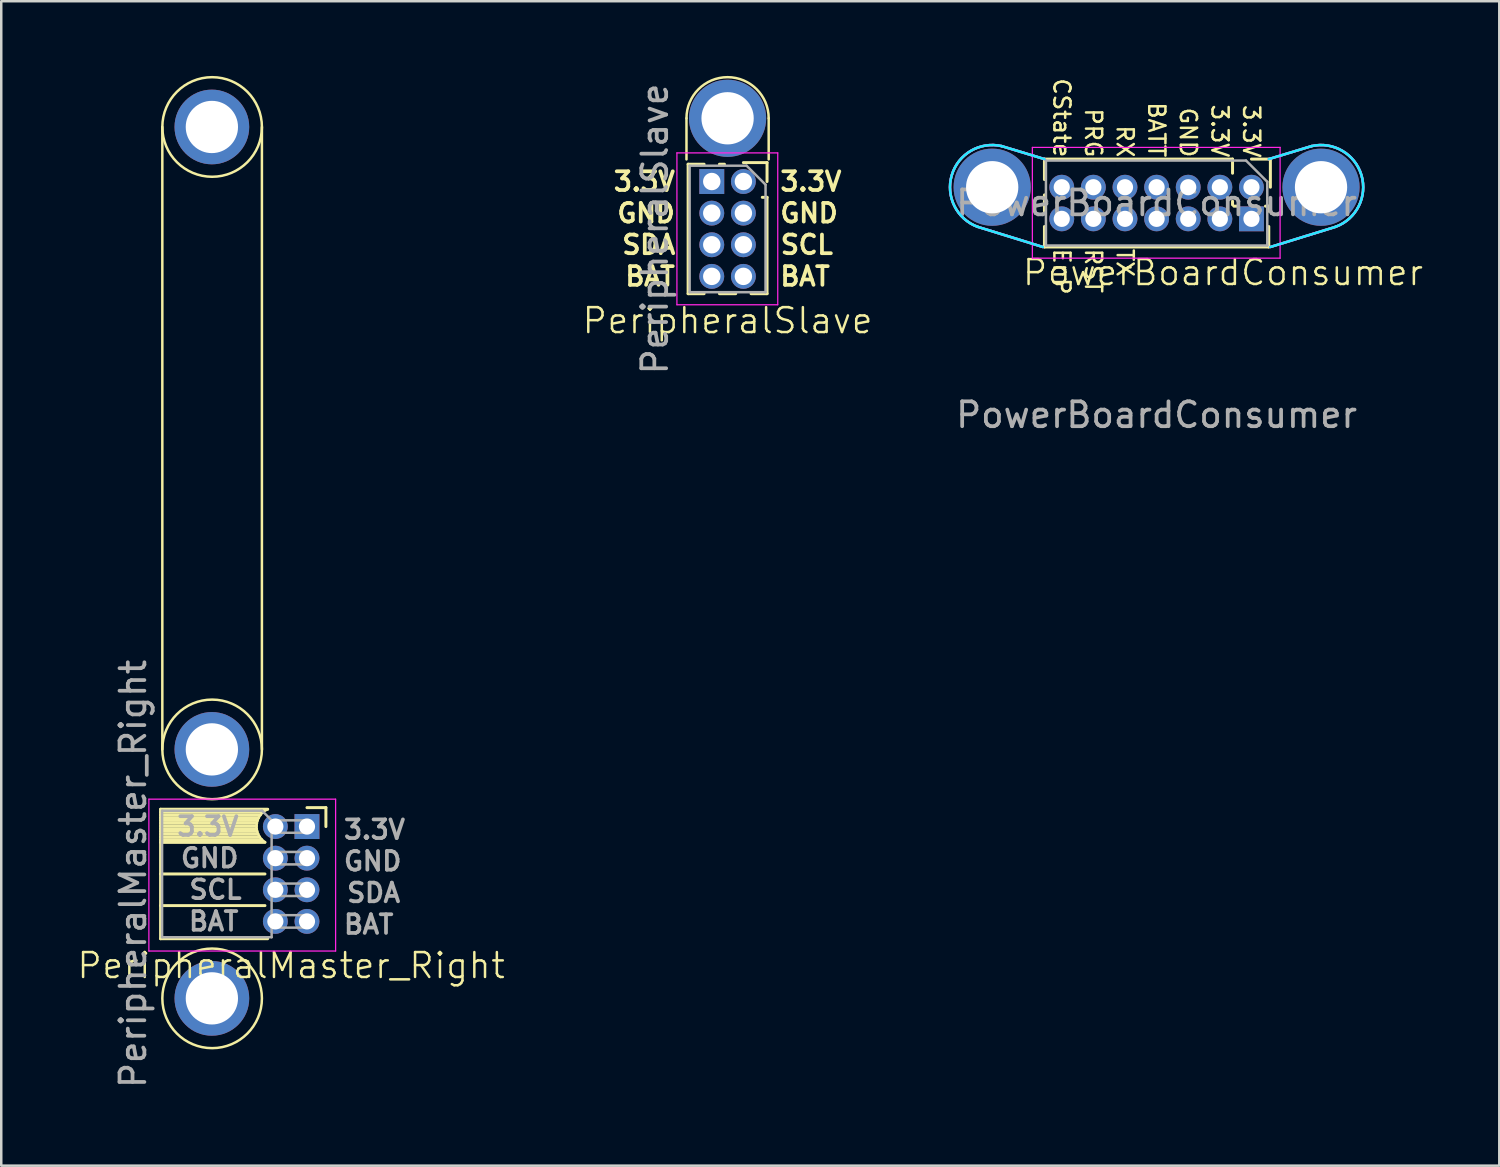
<source format=kicad_pcb>
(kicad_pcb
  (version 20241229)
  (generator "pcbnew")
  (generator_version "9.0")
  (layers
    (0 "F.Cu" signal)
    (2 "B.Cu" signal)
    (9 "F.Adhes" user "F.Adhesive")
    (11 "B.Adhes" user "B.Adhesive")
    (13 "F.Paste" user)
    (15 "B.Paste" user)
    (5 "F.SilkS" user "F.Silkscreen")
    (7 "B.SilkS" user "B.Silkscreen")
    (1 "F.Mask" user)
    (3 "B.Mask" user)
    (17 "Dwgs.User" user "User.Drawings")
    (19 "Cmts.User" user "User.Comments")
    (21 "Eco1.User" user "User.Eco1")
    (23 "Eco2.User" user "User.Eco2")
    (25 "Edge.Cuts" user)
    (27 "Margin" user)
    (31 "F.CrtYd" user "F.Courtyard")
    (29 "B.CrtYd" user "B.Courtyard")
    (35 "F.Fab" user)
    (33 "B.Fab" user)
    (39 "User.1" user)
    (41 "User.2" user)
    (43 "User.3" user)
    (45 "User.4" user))
  (footprint "PeripheralMaster_Right"
    (layer "F.Cu")
    (at 8.57 32.05)
    (property "Reference" "PeripheralMaster_Right" (at 0.075 3.683 0) (unlocked yes) (layer "F.SilkS") (effects (font (size 1 1) (thickness 0.1))))
    (attr through_hole)
    (fp_line (start -5.17 -2.596) (end -5.17 2.604) (stroke (width 0.12) (type solid)) (layer "F.SilkS"))
    (fp_line (start -5.17 -2.596) (end -0.868 -2.596) (stroke (width 0.12) (type solid)) (layer "F.SilkS"))
    (fp_line (start -5.17 -2.476) (end -1.057 -2.476) (stroke (width 0.12) (type solid)) (layer "F.SilkS"))
    (fp_line (start -5.17 -2.366) (end -1.161 -2.366) (stroke (width 0.12) (type solid)) (layer "F.SilkS"))
    (fp_line (start -5.17 -2.256) (end -1.232 -2.256) (stroke (width 0.12) (type solid)) (layer "F.SilkS"))
    (fp_line (start -5.17 -2.146) (end -1.279 -2.146) (stroke (width 0.12) (type solid)) (layer "F.SilkS"))
    (fp_line (start -5.17 -2.036) (end -1.308 -2.036) (stroke (width 0.12) (type solid)) (layer "F.SilkS"))
    (fp_line (start -5.17 -1.926) (end -1.32 -1.926) (stroke (width 0.12) (type solid)) (layer "F.SilkS"))
    (fp_line (start -5.17 -1.816) (end -1.315 -1.816) (stroke (width 0.12) (type solid)) (layer "F.SilkS"))
    (fp_line (start -5.17 -1.706) (end -1.295 -1.706) (stroke (width 0.12) (type solid)) (layer "F.SilkS"))
    (fp_line (start -5.17 -1.596) (end -1.256 -1.596) (stroke (width 0.12) (type solid)) (layer "F.SilkS"))
    (fp_line (start -5.17 -1.486) (end -1.197 -1.486) (stroke (width 0.12) (type solid)) (layer "F.SilkS"))
    (fp_line (start -5.17 -1.376) (end -1.11 -1.376) (stroke (width 0.12) (type solid)) (layer "F.SilkS"))
    (fp_line (start -5.17 -1.266) (end -0.978 -1.266) (stroke (width 0.12) (type solid)) (layer "F.SilkS"))
    (fp_line (start -5.17 0.004) (end -0.978 0.004) (stroke (width 0.12) (type solid)) (layer "F.SilkS"))
    (fp_line (start -5.17 1.274) (end -0.978 1.274) (stroke (width 0.12) (type solid)) (layer "F.SilkS"))
    (fp_line (start -5.17 2.604) (end -0.868 2.604) (stroke (width 0.12) (type solid)) (layer "F.SilkS"))
    (fp_line (start -5.1 -5) (end -5.1 -30) (stroke (width 0.1) (type default)) (layer "F.SilkS"))
    (fp_line (start -1.1 -30) (end -1.1 -5) (stroke (width 0.1) (type default)) (layer "F.SilkS"))
    (fp_line (start 0.71 -2.661) (end 1.47 -2.661) (stroke (width 0.12) (type solid)) (layer "F.SilkS"))
    (fp_line (start 1.47 -2.661) (end 1.47 -1.901) (stroke (width 0.12) (type solid)) (layer "F.SilkS"))
    (fp_arc (start -0.973752 -1.271861) (mid -1.313922 -1.965479) (end -0.86753 -2.595999) (stroke (width 0.1) (type default)) (layer "F.SilkS"))
    (fp_circle (center -3.1 -30) (end -5.1 -30) (stroke (width 0.1) (type default)) (fill no) (layer "F.SilkS"))
    (fp_circle (center -3.1 -5) (end -5.1 -5) (stroke (width 0.1) (type default)) (fill no) (layer "F.SilkS"))
    (fp_circle (center -3.1 5) (end -5.1 5) (stroke (width 0.1) (type default)) (fill no) (layer "F.SilkS"))
    (fp_line (start -5.64 -3.001) (end -5.64 3.099) (stroke (width 0.05) (type solid)) (layer "F.CrtYd"))
    (fp_line (start -5.64 3.099) (end 1.86 3.099) (stroke (width 0.05) (type solid)) (layer "F.CrtYd"))
    (fp_line (start 1.86 -3.001) (end -5.64 -3.001) (stroke (width 0.05) (type solid)) (layer "F.CrtYd"))
    (fp_line (start 1.86 3.099) (end 1.86 -3.001) (stroke (width 0.05) (type solid)) (layer "F.CrtYd"))
    (fp_line (start -5.11 -2.536) (end -1.095 -2.536) (stroke (width 0.1) (type solid)) (layer "F.Fab"))
    (fp_line (start -5.11 2.544) (end -5.11 -2.536) (stroke (width 0.1) (type solid)) (layer "F.Fab"))
    (fp_line (start -1.095 -2.536) (end -0.71 -2.151) (stroke (width 0.1) (type solid)) (layer "F.Fab"))
    (fp_line (start -0.71 -2.151) (end -0.71 2.544) (stroke (width 0.1) (type solid)) (layer "F.Fab"))
    (fp_line (start -0.71 -1.651) (end 0.71 -1.651) (stroke (width 0.1) (type solid)) (layer "F.Fab"))
    (fp_line (start -0.71 -0.381) (end 0.71 -0.381) (stroke (width 0.1) (type solid)) (layer "F.Fab"))
    (fp_line (start -0.71 0.889) (end 0.71 0.889) (stroke (width 0.1) (type solid)) (layer "F.Fab"))
    (fp_line (start -0.71 2.159) (end 0.71 2.159) (stroke (width 0.1) (type solid)) (layer "F.Fab"))
    (fp_line (start -0.71 2.544) (end -5.11 2.544) (stroke (width 0.1) (type solid)) (layer "F.Fab"))
    (fp_line (start 0.71 -2.151) (end -0.71 -2.151) (stroke (width 0.1) (type solid)) (layer "F.Fab"))
    (fp_line (start 0.71 -1.651) (end 0.71 -2.151) (stroke (width 0.1) (type solid)) (layer "F.Fab"))
    (fp_line (start 0.71 -0.881) (end -0.71 -0.881) (stroke (width 0.1) (type solid)) (layer "F.Fab"))
    (fp_line (start 0.71 -0.381) (end 0.71 -0.881) (stroke (width 0.1) (type solid)) (layer "F.Fab"))
    (fp_line (start 0.71 0.389) (end -0.71 0.389) (stroke (width 0.1) (type solid)) (layer "F.Fab"))
    (fp_line (start 0.71 0.889) (end 0.71 0.389) (stroke (width 0.1) (type solid)) (layer "F.Fab"))
    (fp_line (start 0.71 1.659) (end -0.71 1.659) (stroke (width 0.1) (type solid)) (layer "F.Fab"))
    (fp_line (start 0.71 2.159) (end 0.71 1.659) (stroke (width 0.1) (type solid)) (layer "F.Fab"))
    (fp_text user "GND" (at -1.957 -0.635 0) (unlocked yes) (layer "F.Fab") (effects (font (size 0.75 0.75) (thickness 0.15) (bold yes)) (justify right)))
    (fp_text user "SDA" (at 2.234 0.762 0) (unlocked yes) (layer "F.Fab") (effects (font (size 0.75 0.75) (thickness 0.15) (bold yes)) (justify left)))
    (fp_text user "3.3V" (at 2.107 -1.778 0) (unlocked yes) (layer "F.Fab") (effects (font (size 0.75 0.75) (thickness 0.15) (bold yes)) (justify left)))
    (fp_text user "SCL" (at -1.83 0.635 0) (unlocked yes) (layer "F.Fab") (effects (font (size 0.75 0.75) (thickness 0.15) (bold yes)) (justify right)))
    (fp_text user "GND" (at 2.107 -0.508 0) (unlocked yes) (layer "F.Fab") (effects (font (size 0.75 0.75) (thickness 0.15) (bold yes)) (justify left)))
    (fp_text user "BAT" (at -1.957 1.905 0) (unlocked yes) (layer "F.Fab") (effects (font (size 0.75 0.75) (thickness 0.15) (bold yes)) (justify right)))
    (fp_text user "BAT" (at 2.107 2.032 0) (unlocked yes) (layer "F.Fab") (effects (font (size 0.75 0.75) (thickness 0.15) (bold yes)) (justify left)))
    (fp_text user "3.3V" (at -1.957 -1.905 0) (unlocked yes) (layer "F.Fab") (effects (font (size 0.75 0.75) (thickness 0.15) (bold yes)) (justify right)))
    (fp_text user "${REFERENCE}" (at -6.275 0 90) (layer "F.Fab") (effects (font (size 1 1) (thickness 0.15))))
    (pad "1" thru_hole rect (at 0.71 -1.901) (size 1 1) (drill 0.65) (layers "*.Cu" "*.Mask"))
    (pad "2" thru_hole oval (at -0.56 -1.901) (size 1 1) (drill 0.65) (layers "*.Cu" "*.Mask"))
    (pad "3" thru_hole oval (at 0.71 -0.631) (size 1 1) (drill 0.65) (layers "*.Cu" "*.Mask"))
    (pad "4" thru_hole oval (at -0.56 -0.631) (size 1 1) (drill 0.65) (layers "*.Cu" "*.Mask"))
    (pad "5" thru_hole oval (at 0.71 0.639) (size 1 1) (drill 0.65) (layers "*.Cu" "*.Mask"))
    (pad "6" thru_hole oval (at -0.56 0.639) (size 1 1) (drill 0.65) (layers "*.Cu" "*.Mask"))
    (pad "7" thru_hole oval (at 0.71 1.909) (size 1 1) (drill 0.65) (layers "*.Cu" "*.Mask"))
    (pad "8" thru_hole oval (at -0.56 1.909) (size 1 1) (drill 0.65) (layers "*.Cu" "*.Mask"))
    (pad "9" thru_hole circle (at -3.11 -30) (size 3 3) (drill 2.1) (layers "*.Cu" "*.Mask"))
    (pad "9" thru_hole circle (at -3.11 -5) (size 3 3) (drill 2.1) (layers "*.Cu" "*.Mask"))
    (pad "9" thru_hole circle (at -3.11 5) (size 3 3) (drill 2.1) (layers "*.Cu" "*.Mask")))
  (footprint "PeripheralSlave"
    (layer "F.Cu")
    (at 26.174 6.146)
    (property "Reference" "PeripheralSlave" (at 0 3.683 0) (unlocked yes) (layer "F.SilkS") (effects (font (size 1 1) (thickness 0.1))))
    (attr through_hole)
    (fp_line (start -1.651 -4.445) (end -1.651 -2.794) (stroke (width 0.1) (type default)) (layer "F.SilkS"))
    (fp_line (start -1.585 -2.6) (end -1.585 2.6) (stroke (width 0.12) (type solid)) (layer "F.SilkS"))
    (fp_line (start -1.585 -2.6) (end -0.943 -2.6) (stroke (width 0.12) (type solid)) (layer "F.SilkS"))
    (fp_line (start -1.585 2.6) (end -0.943 2.6) (stroke (width 0.12) (type solid)) (layer "F.SilkS"))
    (fp_line (start -0.327 -2.6) (end -0.125 -2.6) (stroke (width 0.12) (type solid)) (layer "F.SilkS"))
    (fp_line (start -0.327 2.6) (end 0.327 2.6) (stroke (width 0.12) (type solid)) (layer "F.SilkS"))
    (fp_line (start 0.635 -2.665) (end 1.585 -2.665) (stroke (width 0.12) (type solid)) (layer "F.SilkS"))
    (fp_line (start 0.943 2.6) (end 1.585 2.6) (stroke (width 0.12) (type solid)) (layer "F.SilkS"))
    (fp_line (start 1.395 -1.27) (end 1.585 -1.27) (stroke (width 0.12) (type solid)) (layer "F.SilkS"))
    (fp_line (start 1.585 -2.665) (end 1.585 -1.905) (stroke (width 0.12) (type solid)) (layer "F.SilkS"))
    (fp_line (start 1.585 -1.27) (end 1.585 2.6) (stroke (width 0.12) (type solid)) (layer "F.SilkS"))
    (fp_line (start 1.651 -4.445) (end 1.651 -2.794) (stroke (width 0.1) (type default)) (layer "F.SilkS"))
    (fp_arc (start -1.651 -4.445) (mid 0 -6.096) (end 1.651 -4.445) (stroke (width 0.1) (type default)) (layer "F.SilkS"))
    (fp_line (start -2.035 -3.055) (end 2.015 -3.055) (stroke (width 0.05) (type solid)) (layer "F.CrtYd"))
    (fp_line (start -2.035 3.045) (end -2.035 -3.055) (stroke (width 0.05) (type solid)) (layer "F.CrtYd"))
    (fp_line (start 2.015 -3.055) (end 2.015 3.045) (stroke (width 0.05) (type solid)) (layer "F.CrtYd"))
    (fp_line (start 2.015 3.045) (end -2.035 3.045) (stroke (width 0.05) (type solid)) (layer "F.CrtYd"))
    (fp_line (start -1.525 -2.54) (end 0.762 -2.54) (stroke (width 0.1) (type solid)) (layer "F.Fab"))
    (fp_line (start -1.525 2.54) (end -1.525 -2.54) (stroke (width 0.1) (type solid)) (layer "F.Fab"))
    (fp_line (start 0.762 -2.54) (end 1.525 -1.778) (stroke (width 0.1) (type solid)) (layer "F.Fab"))
    (fp_line (start 1.525 -1.778) (end 1.525 2.54) (stroke (width 0.1) (type solid)) (layer "F.Fab"))
    (fp_line (start 1.525 2.54) (end -1.525 2.54) (stroke (width 0.1) (type solid)) (layer "F.Fab"))
    (fp_text user "GND" (at -2.032 -0.635 0) (unlocked yes) (layer "F.SilkS") (effects (font (size 0.75 0.75) (thickness 0.15) (bold yes)) (justify right)))
    (fp_text user "BAT" (at 2.032 1.905 0) (unlocked yes) (layer "F.SilkS") (effects (font (size 0.75 0.75) (thickness 0.15) (bold yes)) (justify left)))
    (fp_text user "SCL" (at 4.318 0.635 0) (unlocked yes) (layer "F.SilkS") (effects (font (size 0.75 0.75) (thickness 0.15) (bold yes)) (justify right)))
    (fp_text user "SDA" (at -4.318 0.635 0) (unlocked yes) (layer "F.SilkS") (effects (font (size 0.75 0.75) (thickness 0.15) (bold yes)) (justify left)))
    (fp_text user "BAT" (at -2.032 1.905 0) (unlocked yes) (layer "F.SilkS") (effects (font (size 0.75 0.75) (thickness 0.15) (bold yes)) (justify right)))
    (fp_text user "3.3V" (at 2.032 -1.905 0) (unlocked yes) (layer "F.SilkS") (effects (font (size 0.75 0.75) (thickness 0.15) (bold yes)) (justify left)))
    (fp_text user "3.3V" (at -2.032 -1.905 0) (unlocked yes) (layer "F.SilkS") (effects (font (size 0.75 0.75) (thickness 0.15) (bold yes)) (justify right)))
    (fp_text user "GND" (at 2.032 -0.635 0) (unlocked yes) (layer "F.SilkS") (effects (font (size 0.75 0.75) (thickness 0.15) (bold yes)) (justify left)))
    (fp_text user "${REFERENCE}" (at -2.921 0 90) (layer "F.Fab") (effects (font (size 1 1) (thickness 0.15))))
    (pad "1" thru_hole rect (at -0.635 -1.905) (size 1 1) (drill 0.7) (layers "*.Cu" "*.Mask"))
    (pad "2" thru_hole oval (at 0.635 -1.905) (size 1 1) (drill 0.7) (layers "*.Cu" "*.Mask"))
    (pad "3" thru_hole oval (at -0.635 -0.635) (size 1 1) (drill 0.7) (layers "*.Cu" "*.Mask"))
    (pad "4" thru_hole oval (at 0.635 -0.635) (size 1 1) (drill 0.7) (layers "*.Cu" "*.Mask"))
    (pad "5" thru_hole oval (at -0.635 0.635) (size 1 1) (drill 0.7) (layers "*.Cu" "*.Mask"))
    (pad "6" thru_hole oval (at 0.635 0.635) (size 1 1) (drill 0.7) (layers "*.Cu" "*.Mask"))
    (pad "7" thru_hole oval (at -0.635 1.905) (size 1 1) (drill 0.7) (layers "*.Cu" "*.Mask"))
    (pad "8" thru_hole oval (at 0.635 1.905) (size 1 1) (drill 0.7) (layers "*.Cu" "*.Mask"))
    (pad "9" thru_hole circle (at 0 -4.445) (size 3.1 3.1) (drill 2.1) (layers "*.Cu" "*.Mask")))
  (footprint "PowerBoardConsumer"
    (layer "F.Cu")
    (at 43.406 5.105)
    (property "Reference" "PowerBoardConsumer" (at 2.667 2.794 0) (unlocked yes) (layer "F.SilkS") (effects (font (size 1 1) (thickness 0.1))))
    (attr through_hole)
    (fp_line (start -6.223 -2.286) (end -4.505 -1.765) (stroke (width 0.1) (type default)) (layer "F.SilkS"))
    (fp_line (start -4.57 1.765) (end -7.19 0.955) (stroke (width 0.1) (type default)) (layer "F.SilkS"))
    (fp_line (start -4.505 -1.765) (end -4.505 -0.943) (stroke (width 0.12) (type solid)) (layer "F.SilkS"))
    (fp_line (start -4.505 -0.327) (end -4.505 0.327) (stroke (width 0.12) (type solid)) (layer "F.SilkS"))
    (fp_line (start -4.505 0.943) (end -4.505 1.765) (stroke (width 0.12) (type solid)) (layer "F.SilkS"))
    (fp_line (start 3.05 -1.765) (end -4.505 -1.765) (stroke (width 0.12) (type solid)) (layer "F.SilkS"))
    (fp_line (start 3.05 -1.765) (end 3.05 -1.198) (stroke (width 0.12) (type solid)) (layer "F.SilkS"))
    (fp_line (start 3.05 -0.072) (end 3.05 0.072) (stroke (width 0.12) (type solid)) (layer "F.SilkS"))
    (fp_line (start 3.103 0.125) (end 3.247 0.125) (stroke (width 0.12) (type solid)) (layer "F.SilkS"))
    (fp_line (start 3.81 -1.765) (end 4.57 -1.765) (stroke (width 0.12) (type solid)) (layer "F.SilkS"))
    (fp_line (start 4.373 0.125) (end 4.505 0.125) (stroke (width 0.12) (type solid)) (layer "F.SilkS"))
    (fp_line (start 4.505 0.125) (end 4.505 0.327) (stroke (width 0.12) (type solid)) (layer "F.SilkS"))
    (fp_line (start 4.505 0.943) (end 4.505 1.765) (stroke (width 0.12) (type solid)) (layer "F.SilkS"))
    (fp_line (start 4.505 1.765) (end -4.505 1.765) (stroke (width 0.12) (type solid)) (layer "F.SilkS"))
    (fp_line (start 4.57 -1.765) (end 4.57 -0.635) (stroke (width 0.12) (type solid)) (layer "F.SilkS"))
    (fp_line (start 4.57 1.765) (end 7.19 0.955) (stroke (width 0.1) (type default)) (layer "F.SilkS"))
    (fp_line (start 6.223 -2.286) (end 4.505 -1.765) (stroke (width 0.1) (type default)) (layer "F.SilkS"))
    (fp_arc (start -7.18976 0.95492) (mid -8.227691 -1.119344) (end -6.223 -2.286) (stroke (width 0.1) (type default)) (layer "F.SilkS"))
    (fp_arc (start 6.223 -2.286) (mid 8.227691 -1.119345) (end 7.18976 0.95492) (stroke (width 0.1) (type default)) (layer "F.SilkS"))
    (fp_line (start -6.223 -2.286) (end -4.505 -1.765) (stroke (width 0.1) (type default)) (layer "B.CrtYd"))
    (fp_line (start -4.57 1.765) (end -7.19 0.955) (stroke (width 0.1) (type default)) (layer "B.CrtYd"))
    (fp_line (start 4.57 1.765) (end 7.19 0.955) (stroke (width 0.1) (type default)) (layer "B.CrtYd"))
    (fp_line (start 6.223 -2.286) (end 4.505 -1.765) (stroke (width 0.1) (type default)) (layer "B.CrtYd"))
    (fp_arc (start -7.189758 0.954921) (mid -8.227691 -1.119344) (end -6.222998 -2.285999) (stroke (width 0.1) (type default)) (layer "B.CrtYd"))
    (fp_arc (start 6.222999 -2.285999) (mid 8.22769 -1.119344) (end 7.189759 0.954921) (stroke (width 0.1) (type default)) (layer "B.CrtYd"))
    (fp_line (start -6.223 -2.286) (end -4.505 -1.765) (stroke (width 0.1) (type default)) (layer "F.CrtYd"))
    (fp_line (start -4.99 -2.235) (end -4.99 2.215) (stroke (width 0.05) (type solid)) (layer "F.CrtYd"))
    (fp_line (start -4.99 2.215) (end 4.96 2.215) (stroke (width 0.05) (type solid)) (layer "F.CrtYd"))
    (fp_line (start -4.57 1.765) (end -7.19 0.955) (stroke (width 0.1) (type default)) (layer "F.CrtYd"))
    (fp_line (start 4.57 1.765) (end 7.19 0.955) (stroke (width 0.1) (type default)) (layer "F.CrtYd"))
    (fp_line (start 4.96 -2.235) (end -4.99 -2.235) (stroke (width 0.05) (type solid)) (layer "F.CrtYd"))
    (fp_line (start 4.96 2.215) (end 4.96 -2.235) (stroke (width 0.05) (type solid)) (layer "F.CrtYd"))
    (fp_line (start 6.223 -2.286) (end 4.505 -1.765) (stroke (width 0.1) (type default)) (layer "F.CrtYd"))
    (fp_arc (start -7.189759 0.954921) (mid -8.227691 -1.119344) (end -6.222999 -2.285999) (stroke (width 0.1) (type default)) (layer "F.CrtYd"))
    (fp_arc (start 6.222999 -2.285999) (mid 8.22769 -1.119344) (end 7.189759 0.954921) (stroke (width 0.1) (type default)) (layer "F.CrtYd"))
    (fp_line (start -4.445 -1.705) (end 3.592 -1.705) (stroke (width 0.1) (type solid)) (layer "F.Fab"))
    (fp_line (start -4.445 1.705) (end -4.445 -1.705) (stroke (width 0.1) (type solid)) (layer "F.Fab"))
    (fp_line (start 3.592 -1.705) (end 4.445 -0.853) (stroke (width 0.1) (type solid)) (layer "F.Fab"))
    (fp_line (start 4.445 -0.853) (end 4.445 1.705) (stroke (width 0.1) (type solid)) (layer "F.Fab"))
    (fp_line (start 4.445 1.705) (end -4.445 1.705) (stroke (width 0.1) (type solid)) (layer "F.Fab"))
    (fp_text user "GND" (at 1.27 -1.778 270) (unlocked yes) (layer "F.SilkS") (effects (font (size 0.65 0.65) (thickness 0.1)) (justify right)))
    (fp_text user "RX" (at -1.27 -1.778 270) (unlocked yes) (layer "F.SilkS") (effects (font (size 0.65 0.65) (thickness 0.1)) (justify right)))
    (fp_text user "RST" (at -2.54 1.778 270) (unlocked yes) (layer "F.SilkS") (effects (font (size 0.65 0.65) (thickness 0.1)) (justify left)))
    (fp_text user "CState" (at -3.81 -1.778 270) (unlocked yes) (layer "F.SilkS") (effects (font (size 0.65 0.65) (thickness 0.1)) (justify right)))
    (fp_text user "PRG" (at -2.54 -1.778 270) (unlocked yes) (layer "F.SilkS") (effects (font (size 0.65 0.65) (thickness 0.1)) (justify right)))
    (fp_text user "BATT" (at 0 -1.778 270) (unlocked yes) (layer "F.SilkS") (effects (font (size 0.65 0.65) (thickness 0.1)) (justify right)))
    (fp_text user "EnP" (at -3.81 1.778 270) (unlocked yes) (layer "F.SilkS") (effects (font (size 0.65 0.65) (thickness 0.1)) (justify left)))
    (fp_text user "3.3V" (at 3.81 -1.765 270) (unlocked yes) (layer "F.SilkS") (effects (font (size 0.65 0.65) (thickness 0.1)) (justify right)))
    (fp_text user "3.3V" (at 2.54 -1.778 270) (unlocked yes) (layer "F.SilkS") (effects (font (size 0.65 0.65) (thickness 0.1)) (justify right)))
    (fp_text user "TX" (at -1.27 1.778 270) (unlocked yes) (layer "F.SilkS") (effects (font (size 0.65 0.65) (thickness 0.1)) (justify left)))
    (fp_text user "${REFERENCE}" (at 0 0 180) (layer "F.Fab") (effects (font (size 1 1) (thickness 0.15))))
    (fp_text user "${REFERENCE}" (at 0 8.509 0) (unlocked yes) (layer "F.Fab") (effects (font (size 1 1) (thickness 0.15))))
    (pad "1" thru_hole rect (at 3.81 0.635 270) (size 1 1) (drill 0.65) (layers "*.Cu" "*.Mask"))
    (pad "2" thru_hole oval (at 3.81 -0.635 270) (size 1 1) (drill 0.65) (layers "*.Cu" "*.Mask"))
    (pad "3" thru_hole oval (at 2.54 0.635 270) (size 1 1) (drill 0.65) (layers "*.Cu" "*.Mask"))
    (pad "4" thru_hole oval (at 2.54 -0.635 270) (size 1 1) (drill 0.65) (layers "*.Cu" "*.Mask"))
    (pad "5" thru_hole oval (at 1.27 0.635 270) (size 1 1) (drill 0.65) (layers "*.Cu" "*.Mask"))
    (pad "6" thru_hole oval (at 1.27 -0.635 270) (size 1 1) (drill 0.65) (layers "*.Cu" "*.Mask"))
    (pad "7" thru_hole oval (at 0 0.635 270) (size 1 1) (drill 0.65) (layers "*.Cu" "*.Mask"))
    (pad "8" thru_hole oval (at 0 -0.635 270) (size 1 1) (drill 0.65) (layers "*.Cu" "*.Mask"))
    (pad "9" thru_hole oval (at -1.27 0.635 270) (size 1 1) (drill 0.65) (layers "*.Cu" "*.Mask"))
    (pad "10" thru_hole oval (at -1.27 -0.635 270) (size 1 1) (drill 0.65) (layers "*.Cu" "*.Mask"))
    (pad "11" thru_hole oval (at -2.54 0.635 270) (size 1 1) (drill 0.65) (layers "*.Cu" "*.Mask"))
    (pad "12" thru_hole oval (at -2.54 -0.635 270) (size 1 1) (drill 0.65) (layers "*.Cu" "*.Mask"))
    (pad "13" thru_hole oval (at -3.81 0.635 270) (size 1 1) (drill 0.65) (layers "*.Cu" "*.Mask"))
    (pad "14" thru_hole oval (at -3.81 -0.635 270) (size 1 1) (drill 0.65) (layers "*.Cu" "*.Mask"))
    (pad "15" thru_hole circle (at 6.604 -0.635 180) (size 3.1 3.1) (drill 2.1) (layers "*.Cu" "*.Mask"))
    (pad "16" thru_hole circle (at -6.604 -0.635 180) (size 3.1 3.1) (drill 2.1) (layers "*.Cu" "*.Mask")))
  (gr_rect
    (start -3 -3)
    (end 57.17 43.77)
    (stroke (width 0.1) (type default))
    (fill no)
    (layer "Edge.Cuts")))
</source>
